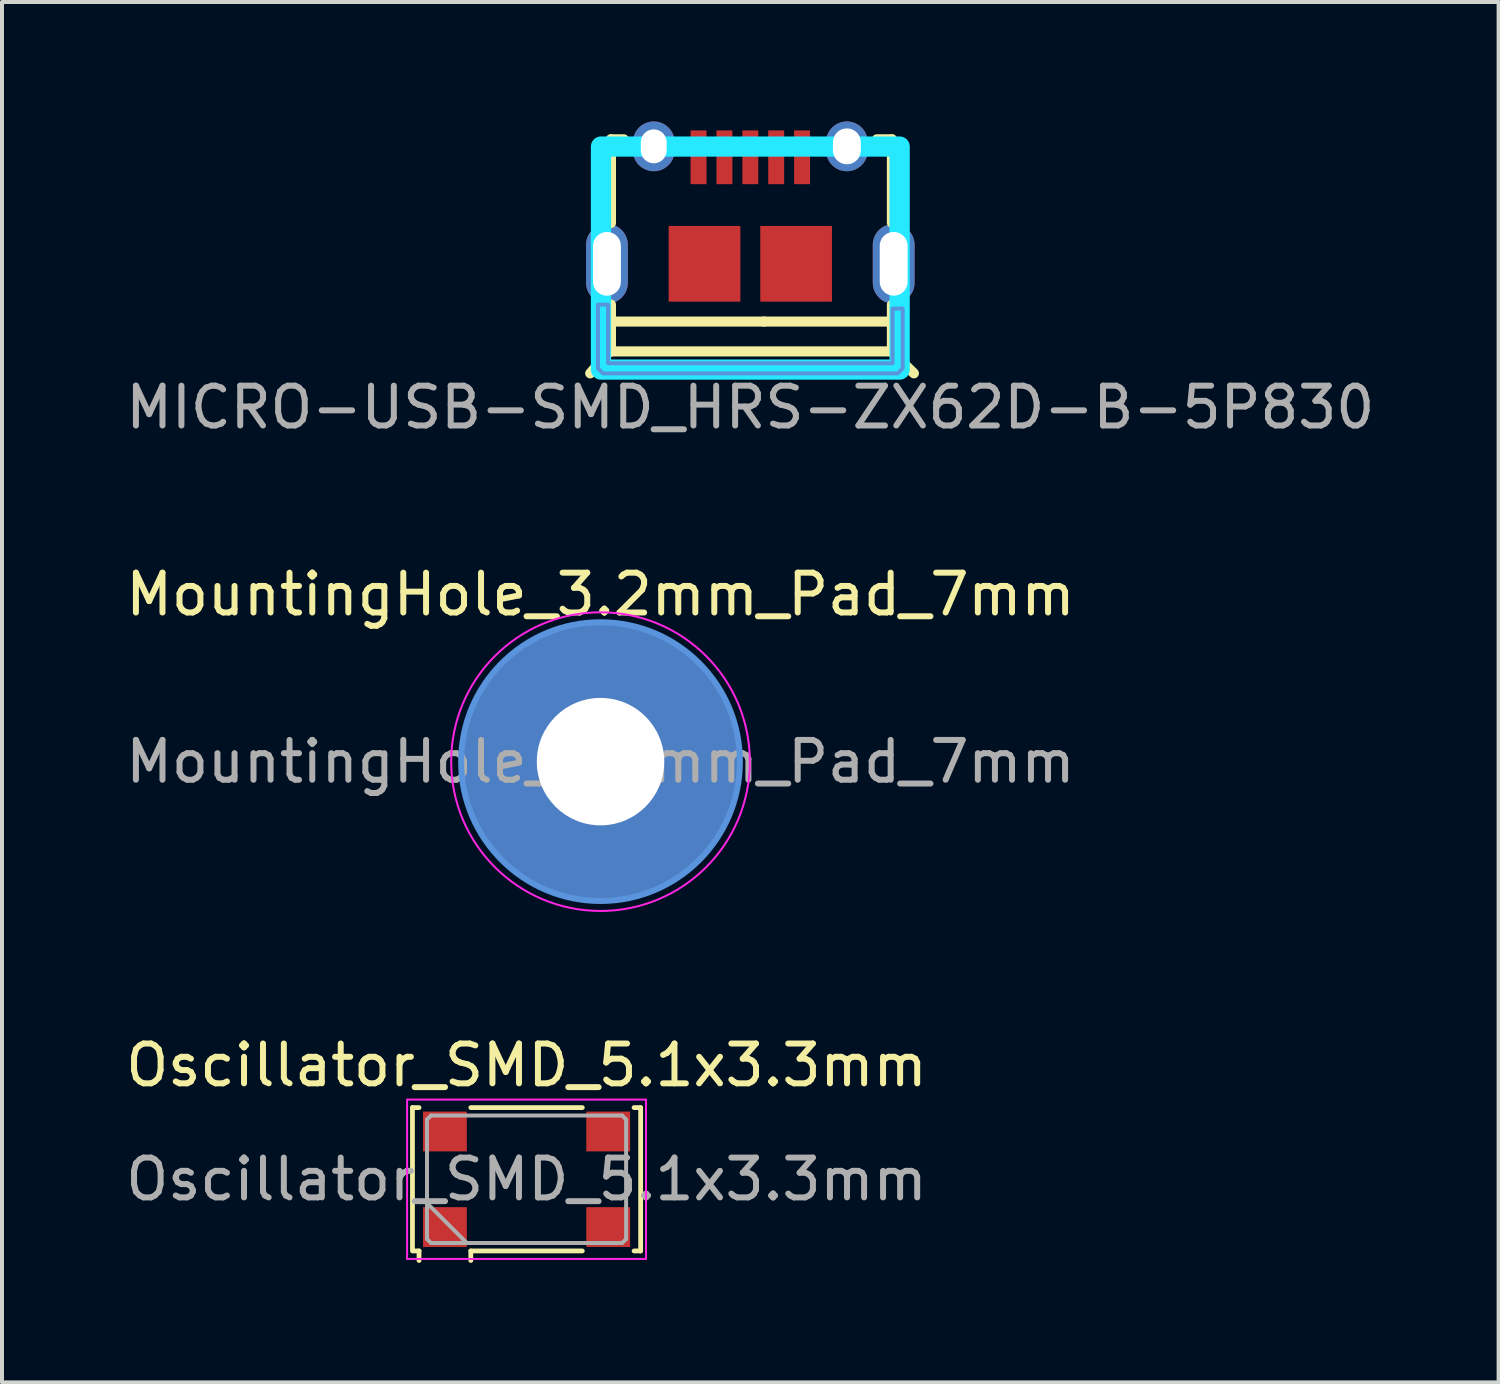
<source format=kicad_pcb>
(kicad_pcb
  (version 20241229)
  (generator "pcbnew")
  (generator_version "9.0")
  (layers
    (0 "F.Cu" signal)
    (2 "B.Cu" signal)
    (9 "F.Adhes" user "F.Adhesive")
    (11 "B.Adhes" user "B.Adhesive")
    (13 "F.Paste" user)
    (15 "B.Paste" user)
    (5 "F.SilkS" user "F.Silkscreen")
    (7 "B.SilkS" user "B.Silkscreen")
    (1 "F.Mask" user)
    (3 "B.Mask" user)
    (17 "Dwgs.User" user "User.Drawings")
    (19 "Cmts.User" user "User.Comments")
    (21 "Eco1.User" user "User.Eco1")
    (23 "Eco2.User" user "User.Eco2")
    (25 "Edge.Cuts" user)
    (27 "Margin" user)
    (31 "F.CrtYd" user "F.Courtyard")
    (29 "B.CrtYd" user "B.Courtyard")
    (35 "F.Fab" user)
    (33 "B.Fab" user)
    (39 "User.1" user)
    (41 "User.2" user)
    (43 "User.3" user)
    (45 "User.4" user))
  (footprint "MICRO-USB-SMD_HRS-ZX62D-B-5P830"
    (layer "F.Cu")
    (at 15.792 2.1)
    (property "Reference" "MICRO-USB-SMD_HRS-ZX62D-B-5P830" (at 0 5.08 0) (layer "F.Fab") (effects (font (size 1 1) (thickness 0.15))))
    (attr through_hole)
    (fp_line (start -3.548 3.675) (end -4.02 4.225) (stroke (width 0.254) (type solid)) (layer "F.SilkS"))
    (fp_line (start -3.5 -1.651) (end -3.177 -1.651) (stroke (width 0.254) (type solid)) (layer "F.SilkS"))
    (fp_line (start -3.5 0.451) (end -3.5 -1.651) (stroke (width 0.254) (type solid)) (layer "F.SilkS"))
    (fp_line (start -3.5 3.675) (end -3.548 3.675) (stroke (width 0.254) (type solid)) (layer "F.SilkS"))
    (fp_line (start -3.5 3.675) (end -3.5 2.499) (stroke (width 0.254) (type solid)) (layer "F.SilkS"))
    (fp_line (start 0.35 2.925) (end -3.5 2.925) (stroke (width 0.254) (type solid)) (layer "F.SilkS"))
    (fp_line (start 0.35 2.925) (end 3.556 2.925) (stroke (width 0.254) (type solid)) (layer "F.SilkS"))
    (fp_line (start 3.177 -1.651) (end 3.556 -1.651) (stroke (width 0.254) (type solid)) (layer "F.SilkS"))
    (fp_line (start 3.5 3.675) (end -3.5 3.675) (stroke (width 0.254) (type solid)) (layer "F.SilkS"))
    (fp_line (start 3.556 -1.651) (end 3.556 0.445) (stroke (width 0.254) (type solid)) (layer "F.SilkS"))
    (fp_line (start 3.556 2.505) (end 3.556 3.675) (stroke (width 0.254) (type solid)) (layer "F.SilkS"))
    (fp_line (start 3.556 3.675) (end 3.556 3.683) (stroke (width 0.254) (type solid)) (layer "F.SilkS"))
    (fp_line (start 3.556 3.683) (end 4.108 4.225) (stroke (width 0.254) (type solid)) (layer "F.SilkS"))
    (fp_poly (pts (xy -1.1 -0.525) (xy -1.1 -1.875) (xy -1.5 -1.875) (xy -1.5 -0.525)) (stroke (width 0) (type solid)) (fill yes) (layer "F.Paste"))
    (fp_poly (pts (xy -0.85 -1.875) (xy -0.85 -0.525) (xy -0.45 -0.525) (xy -0.45 -1.875)) (stroke (width 0) (type solid)) (fill yes) (layer "F.Paste"))
    (fp_poly (pts (xy -0.25 2.425) (xy -0.25 0.525) (xy -2.05 0.525) (xy -2.05 2.425)) (stroke (width 0) (type solid)) (fill yes) (layer "F.Paste"))
    (fp_poly (pts (xy -0.2 -1.875) (xy -0.2 -0.525) (xy 0.2 -0.525) (xy 0.2 -1.875)) (stroke (width 0) (type solid)) (fill yes) (layer "F.Paste"))
    (fp_poly (pts (xy 0.45 -1.875) (xy 0.45 -0.525) (xy 0.85 -0.525) (xy 0.85 -1.875)) (stroke (width 0) (type solid)) (fill yes) (layer "F.Paste"))
    (fp_poly (pts (xy 1.1 -1.875) (xy 1.1 -0.525) (xy 1.5 -0.525) (xy 1.5 -1.875)) (stroke (width 0) (type solid)) (fill yes) (layer "F.Paste"))
    (fp_poly (pts (xy 2.05 2.425) (xy 2.05 0.525) (xy 0.25 0.525) (xy 0.25 2.425)) (stroke (width 0) (type solid)) (fill yes) (layer "F.Paste"))
    (fp_poly (pts (xy -3.561 0.476) (xy -3.587 0.475) (xy -3.613 0.475) (xy -3.639 0.476) (xy -3.665 0.479) (xy -3.691 0.483) (xy -3.717 0.488) (xy -3.742 0.495) (xy -3.767 0.502) (xy -3.792 0.511) (xy -3.816 0.521) (xy -3.839 0.533) (xy -3.862 0.545) (xy -3.885 0.559) (xy -3.906 0.574) (xy -3.927 0.59) (xy -3.947 0.606) (xy -3.967 0.624) (xy -3.985 0.643) (xy -4.002 0.663) (xy -4.018 0.683) (xy -4.034 0.704) (xy -4.048 0.726) (xy -4.061 0.749) (xy -4.073 0.772) (xy -4.084 0.796) (xy -4.093 0.82) (xy -4.102 0.845) (xy -4.109 0.87) (xy -4.115 0.896) (xy -4.119 0.922) (xy -4.122 0.948) (xy -4.124 0.974) (xy -4.125 1) (xy -4.125 1.95) (xy -4.124 1.976) (xy -4.122 2.002) (xy -4.119 2.028) (xy -4.115 2.054) (xy -4.109 2.08) (xy -4.102 2.105) (xy -4.093 2.13) (xy -4.084 2.154) (xy -4.073 2.178) (xy -4.061 2.201) (xy -4.048 2.224) (xy -4.034 2.246) (xy -4.018 2.267) (xy -4.002 2.287) (xy -3.985 2.307) (xy -3.967 2.326) (xy -3.947 2.344) (xy -3.927 2.36) (xy -3.906 2.376) (xy -3.885 2.391) (xy -3.862 2.405) (xy -3.839 2.417) (xy -3.816 2.429) (xy -3.792 2.439) (xy -3.767 2.448) (xy -3.742 2.455) (xy -3.717 2.462) (xy -3.691 2.467) (xy -3.665 2.471) (xy -3.639 2.474) (xy -3.613 2.475) (xy -3.587 2.475) (xy -3.561 2.474) (xy -3.535 2.471) (xy -3.509 2.467) (xy -3.483 2.462) (xy -3.458 2.455) (xy -3.433 2.448) (xy -3.408 2.439) (xy -3.384 2.429) (xy -3.36 2.417) (xy -3.337 2.405) (xy -3.315 2.391) (xy -3.293 2.376) (xy -3.273 2.36) (xy -3.253 2.344) (xy -3.233 2.326) (xy -3.215 2.307) (xy -3.198 2.287) (xy -3.181 2.267) (xy -3.166 2.246) (xy -3.152 2.224) (xy -3.139 2.201) (xy -3.127 2.178) (xy -3.116 2.154) (xy -3.107 2.13) (xy -3.098 2.105) (xy -3.091 2.08) (xy -3.085 2.054) (xy -3.081 2.028) (xy -3.078 2.002) (xy -3.076 1.976) (xy -3.075 1.95) (xy -3.075 1) (xy -3.076 0.974) (xy -3.078 0.948) (xy -3.081 0.922) (xy -3.085 0.896) (xy -3.091 0.87) (xy -3.098 0.845) (xy -3.107 0.82) (xy -3.116 0.796) (xy -3.127 0.772) (xy -3.139 0.749) (xy -3.152 0.726) (xy -3.166 0.704) (xy -3.181 0.683) (xy -3.198 0.663) (xy -3.215 0.643) (xy -3.233 0.624) (xy -3.253 0.606) (xy -3.273 0.59) (xy -3.293 0.574) (xy -3.315 0.559) (xy -3.337 0.545) (xy -3.36 0.533) (xy -3.384 0.521) (xy -3.408 0.511) (xy -3.433 0.502) (xy -3.458 0.495) (xy -3.483 0.488) (xy -3.509 0.483) (xy -3.535 0.479)) (stroke (width 0) (type solid)) (fill yes) (layer "F.Paste"))
    (fp_poly (pts (xy -2.438 -2.1) (xy -2.464 -2.099) (xy -2.49 -2.096) (xy -2.516 -2.092) (xy -2.542 -2.087) (xy -2.567 -2.08) (xy -2.592 -2.073) (xy -2.617 -2.064) (xy -2.641 -2.054) (xy -2.664 -2.042) (xy -2.687 -2.03) (xy -2.71 -2.016) (xy -2.731 -2.001) (xy -2.752 -1.985) (xy -2.772 -1.969) (xy -2.792 -1.951) (xy -2.81 -1.932) (xy -2.827 -1.912) (xy -2.843 -1.892) (xy -2.859 -1.871) (xy -2.873 -1.849) (xy -2.886 -1.826) (xy -2.898 -1.803) (xy -2.909 -1.779) (xy -2.918 -1.755) (xy -2.927 -1.73) (xy -2.934 -1.705) (xy -2.94 -1.679) (xy -2.944 -1.653) (xy -2.947 -1.627) (xy -2.949 -1.601) (xy -2.95 -1.575) (xy -2.95 -1.375) (xy -2.949 -1.349) (xy -2.947 -1.323) (xy -2.944 -1.297) (xy -2.94 -1.271) (xy -2.934 -1.245) (xy -2.927 -1.22) (xy -2.918 -1.195) (xy -2.909 -1.171) (xy -2.898 -1.147) (xy -2.886 -1.124) (xy -2.873 -1.101) (xy -2.859 -1.079) (xy -2.843 -1.058) (xy -2.827 -1.038) (xy -2.81 -1.018) (xy -2.792 -0.999) (xy -2.772 -0.981) (xy -2.752 -0.965) (xy -2.731 -0.949) (xy -2.71 -0.934) (xy -2.687 -0.92) (xy -2.664 -0.908) (xy -2.641 -0.896) (xy -2.617 -0.886) (xy -2.592 -0.877) (xy -2.567 -0.87) (xy -2.542 -0.863) (xy -2.516 -0.858) (xy -2.49 -0.854) (xy -2.464 -0.851) (xy -2.438 -0.85) (xy -2.412 -0.85) (xy -2.386 -0.851) (xy -2.36 -0.854) (xy -2.334 -0.858) (xy -2.308 -0.863) (xy -2.283 -0.87) (xy -2.258 -0.877) (xy -2.233 -0.886) (xy -2.209 -0.896) (xy -2.185 -0.908) (xy -2.162 -0.92) (xy -2.14 -0.934) (xy -2.118 -0.949) (xy -2.098 -0.965) (xy -2.078 -0.981) (xy -2.058 -0.999) (xy -2.04 -1.018) (xy -2.023 -1.038) (xy -2.006 -1.058) (xy -1.991 -1.079) (xy -1.977 -1.101) (xy -1.964 -1.124) (xy -1.952 -1.147) (xy -1.941 -1.171) (xy -1.932 -1.195) (xy -1.923 -1.22) (xy -1.916 -1.245) (xy -1.91 -1.271) (xy -1.906 -1.297) (xy -1.903 -1.323) (xy -1.901 -1.349) (xy -1.9 -1.375) (xy -1.9 -1.575) (xy -1.901 -1.601) (xy -1.903 -1.627) (xy -1.906 -1.653) (xy -1.91 -1.679) (xy -1.916 -1.705) (xy -1.923 -1.73) (xy -1.932 -1.755) (xy -1.941 -1.779) (xy -1.952 -1.803) (xy -1.964 -1.826) (xy -1.977 -1.849) (xy -1.991 -1.871) (xy -2.006 -1.892) (xy -2.023 -1.912) (xy -2.04 -1.932) (xy -2.058 -1.951) (xy -2.078 -1.969) (xy -2.098 -1.985) (xy -2.118 -2.001) (xy -2.14 -2.016) (xy -2.162 -2.03) (xy -2.185 -2.042) (xy -2.209 -2.054) (xy -2.233 -2.064) (xy -2.258 -2.073) (xy -2.283 -2.08) (xy -2.308 -2.087) (xy -2.334 -2.092) (xy -2.36 -2.096) (xy -2.386 -2.099) (xy -2.412 -2.1)) (stroke (width 0) (type solid)) (fill yes) (layer "F.Paste"))
    (fp_poly (pts (xy 2.412 -2.1) (xy 2.386 -2.099) (xy 2.36 -2.096) (xy 2.334 -2.092) (xy 2.308 -2.087) (xy 2.283 -2.08) (xy 2.258 -2.073) (xy 2.233 -2.064) (xy 2.209 -2.054) (xy 2.185 -2.042) (xy 2.162 -2.03) (xy 2.14 -2.016) (xy 2.118 -2.001) (xy 2.098 -1.985) (xy 2.078 -1.969) (xy 2.058 -1.951) (xy 2.04 -1.932) (xy 2.023 -1.912) (xy 2.006 -1.892) (xy 1.991 -1.871) (xy 1.977 -1.849) (xy 1.964 -1.826) (xy 1.952 -1.803) (xy 1.941 -1.779) (xy 1.932 -1.755) (xy 1.923 -1.73) (xy 1.916 -1.705) (xy 1.91 -1.679) (xy 1.906 -1.653) (xy 1.903 -1.627) (xy 1.901 -1.601) (xy 1.9 -1.575) (xy 1.9 -1.375) (xy 1.901 -1.349) (xy 1.903 -1.323) (xy 1.906 -1.297) (xy 1.91 -1.271) (xy 1.916 -1.245) (xy 1.923 -1.22) (xy 1.932 -1.195) (xy 1.941 -1.171) (xy 1.952 -1.147) (xy 1.964 -1.124) (xy 1.977 -1.101) (xy 1.991 -1.079) (xy 2.006 -1.058) (xy 2.023 -1.038) (xy 2.04 -1.018) (xy 2.058 -0.999) (xy 2.078 -0.981) (xy 2.098 -0.965) (xy 2.118 -0.949) (xy 2.14 -0.934) (xy 2.162 -0.92) (xy 2.185 -0.908) (xy 2.209 -0.896) (xy 2.233 -0.886) (xy 2.258 -0.877) (xy 2.283 -0.87) (xy 2.308 -0.863) (xy 2.334 -0.858) (xy 2.36 -0.854) (xy 2.386 -0.851) (xy 2.412 -0.85) (xy 2.438 -0.85) (xy 2.464 -0.851) (xy 2.49 -0.854) (xy 2.516 -0.858) (xy 2.542 -0.863) (xy 2.567 -0.87) (xy 2.592 -0.877) (xy 2.617 -0.886) (xy 2.641 -0.896) (xy 2.664 -0.908) (xy 2.687 -0.92) (xy 2.71 -0.934) (xy 2.731 -0.949) (xy 2.752 -0.965) (xy 2.772 -0.981) (xy 2.792 -0.999) (xy 2.81 -1.018) (xy 2.827 -1.038) (xy 2.843 -1.058) (xy 2.859 -1.079) (xy 2.873 -1.101) (xy 2.886 -1.124) (xy 2.898 -1.147) (xy 2.909 -1.171) (xy 2.918 -1.195) (xy 2.927 -1.22) (xy 2.934 -1.245) (xy 2.94 -1.271) (xy 2.944 -1.297) (xy 2.947 -1.323) (xy 2.949 -1.349) (xy 2.95 -1.375) (xy 2.95 -1.575) (xy 2.949 -1.601) (xy 2.947 -1.627) (xy 2.944 -1.653) (xy 2.94 -1.679) (xy 2.934 -1.705) (xy 2.927 -1.73) (xy 2.918 -1.755) (xy 2.909 -1.779) (xy 2.898 -1.803) (xy 2.886 -1.826) (xy 2.873 -1.849) (xy 2.859 -1.871) (xy 2.843 -1.892) (xy 2.827 -1.912) (xy 2.81 -1.932) (xy 2.792 -1.951) (xy 2.772 -1.969) (xy 2.752 -1.985) (xy 2.731 -2.001) (xy 2.71 -2.016) (xy 2.687 -2.03) (xy 2.664 -2.042) (xy 2.641 -2.054) (xy 2.617 -2.064) (xy 2.592 -2.073) (xy 2.567 -2.08) (xy 2.542 -2.087) (xy 2.516 -2.092) (xy 2.49 -2.096) (xy 2.464 -2.099) (xy 2.438 -2.1)) (stroke (width 0) (type solid)) (fill yes) (layer "F.Paste"))
    (fp_poly (pts (xy 3.587 0.475) (xy 3.561 0.476) (xy 3.535 0.479) (xy 3.509 0.483) (xy 3.483 0.488) (xy 3.458 0.495) (xy 3.433 0.502) (xy 3.408 0.511) (xy 3.384 0.521) (xy 3.36 0.533) (xy 3.337 0.545) (xy 3.315 0.559) (xy 3.293 0.574) (xy 3.273 0.59) (xy 3.253 0.606) (xy 3.233 0.624) (xy 3.215 0.643) (xy 3.198 0.663) (xy 3.181 0.683) (xy 3.166 0.704) (xy 3.152 0.726) (xy 3.139 0.749) (xy 3.127 0.772) (xy 3.116 0.796) (xy 3.107 0.82) (xy 3.098 0.845) (xy 3.091 0.87) (xy 3.085 0.896) (xy 3.081 0.922) (xy 3.078 0.948) (xy 3.076 0.974) (xy 3.075 1) (xy 3.075 1.95) (xy 3.076 1.976) (xy 3.078 2.002) (xy 3.081 2.028) (xy 3.085 2.054) (xy 3.091 2.08) (xy 3.098 2.105) (xy 3.107 2.13) (xy 3.116 2.154) (xy 3.127 2.178) (xy 3.139 2.201) (xy 3.152 2.224) (xy 3.166 2.246) (xy 3.181 2.267) (xy 3.198 2.287) (xy 3.215 2.307) (xy 3.233 2.326) (xy 3.253 2.344) (xy 3.273 2.36) (xy 3.293 2.376) (xy 3.315 2.391) (xy 3.337 2.405) (xy 3.36 2.417) (xy 3.384 2.429) (xy 3.408 2.439) (xy 3.433 2.448) (xy 3.458 2.455) (xy 3.483 2.462) (xy 3.509 2.467) (xy 3.535 2.471) (xy 3.561 2.474) (xy 3.587 2.475) (xy 3.613 2.475) (xy 3.639 2.474) (xy 3.665 2.471) (xy 3.691 2.467) (xy 3.717 2.462) (xy 3.742 2.455) (xy 3.767 2.448) (xy 3.792 2.439) (xy 3.816 2.429) (xy 3.839 2.417) (xy 3.862 2.405) (xy 3.885 2.391) (xy 3.906 2.376) (xy 3.927 2.36) (xy 3.947 2.344) (xy 3.967 2.326) (xy 3.985 2.307) (xy 4.002 2.287) (xy 4.018 2.267) (xy 4.034 2.246) (xy 4.048 2.224) (xy 4.061 2.201) (xy 4.073 2.178) (xy 4.084 2.154) (xy 4.093 2.13) (xy 4.102 2.105) (xy 4.109 2.08) (xy 4.115 2.054) (xy 4.119 2.028) (xy 4.122 2.002) (xy 4.124 1.976) (xy 4.125 1.95) (xy 4.125 1) (xy 4.124 0.974) (xy 4.122 0.948) (xy 4.119 0.922) (xy 4.115 0.896) (xy 4.109 0.87) (xy 4.102 0.845) (xy 4.093 0.82) (xy 4.084 0.796) (xy 4.073 0.772) (xy 4.061 0.749) (xy 4.048 0.726) (xy 4.034 0.704) (xy 4.018 0.683) (xy 4.002 0.663) (xy 3.985 0.643) (xy 3.967 0.624) (xy 3.947 0.606) (xy 3.927 0.59) (xy 3.906 0.574) (xy 3.885 0.559) (xy 3.862 0.545) (xy 3.839 0.533) (xy 3.816 0.521) (xy 3.792 0.511) (xy 3.767 0.502) (xy 3.742 0.495) (xy 3.717 0.488) (xy 3.691 0.483) (xy 3.665 0.479) (xy 3.639 0.476) (xy 3.613 0.475)) (stroke (width 0) (type solid)) (fill yes) (layer "F.Paste"))
    (fp_poly (pts (xy -3.573 2.5) (xy -3.573 3.973) (xy 3.573 3.973) (xy 3.573 2.6) (xy 3.827 2.6) (xy 3.827 4.1) (xy 3.7 4.227) (xy -3.7 4.227) (xy -3.827 4.1) (xy -3.827 2.5) (xy -3.573 2.5)) (stroke (width 0.1) (type solid)) (fill no) (layer "Cmts.User"))
    (fp_poly (pts (xy -3.75 4.131) (xy -3.75 -1.469) (xy 3.75 -1.469) (xy 3.75 4.131)) (stroke (width 0.508) (type solid)) (fill no) (layer "B.CrtYd"))
    (pad "1" smd rect (at -1.3 -1.2) (size 0.4 1.35) (layers "F.Cu" "F.Mask" "F.Paste"))
    (pad "2" smd rect (at -0.65 -1.2) (size 0.4 1.35) (layers "F.Cu" "F.Mask" "F.Paste"))
    (pad "3" smd rect (at 0 -1.2) (size 0.4 1.35) (layers "F.Cu" "F.Mask" "F.Paste"))
    (pad "4" smd rect (at 0.65 -1.2) (size 0.4 1.35) (layers "F.Cu" "F.Mask" "F.Paste"))
    (pad "5" smd rect (at 1.3 -1.2) (size 0.4 1.35) (layers "F.Cu" "F.Mask" "F.Paste"))
    (pad "6" thru_hole oval (at -2.425 -1.475) (size 1.05 1.25) (drill oval 0.65 0.85) (layers "*.Cu" "*.Mask"))
    (pad "7" thru_hole oval (at 2.425 -1.475) (size 1.05 1.25) (drill oval 0.7 0.9) (layers "*.Cu" "*.Mask"))
    (pad "8" thru_hole oval (at -3.6 1.475) (size 1.05 2) (drill oval 0.7 1.6) (layers "*.Cu" "*.Mask"))
    (pad "8" smd rect (at -1.15 1.475) (size 1.8 1.9) (layers "F.Cu" "F.Mask" "F.Paste"))
    (pad "9" smd rect (at 1.15 1.475) (size 1.8 1.9) (layers "F.Cu" "F.Mask" "F.Paste"))
    (pad "9" thru_hole oval (at 3.6 1.475) (size 1.05 2) (drill oval 0.7 1.6) (layers "*.Cu" "*.Mask")))
  (footprint "MountingHole_3.2mm_Pad_7mm"
    (layer "F.Cu")
    (at 12.03 16.076)
    (property "Reference" "MountingHole_3.2mm_Pad_7mm" (at 0 -4.2 0) (layer "F.SilkS") (effects (font (size 1 1) (thickness 0.15))))
    (attr exclude_from_pos_files exclude_from_bom)
    (fp_circle (center 0 0) (end 3.5 0) (stroke (width 0.15) (type solid)) (fill no) (layer "Cmts.User"))
    (fp_circle (center 0 0) (end 3.75 0) (stroke (width 0.05) (type solid)) (fill no) (layer "F.CrtYd"))
    (fp_text user "${REFERENCE}" (at 0 0 0) (layer "F.Fab") (effects (font (size 1 1) (thickness 0.15))))
    (pad "1" thru_hole circle (at 0 0) (size 7 7) (drill 3.2) (layers "*.Cu" "*.Mask")))
  (footprint "Oscillator_SMD_5.1x3.3mm"
    (layer "F.Cu")
    (at 10.173 26.564)
    (property "Reference" "Oscillator_SMD_5.1x3.3mm" (at 0 -2.864 180) (layer "F.SilkS") (effects (font (size 1 1) (thickness 0.15))))
    (attr smd)
    (fp_line (start -2.865 -1.8) (end -2.7 -1.8) (stroke (width 0.12) (type solid)) (layer "F.SilkS"))
    (fp_line (start -2.865 1.8) (end -2.865 -1.8) (stroke (width 0.12) (type solid)) (layer "F.SilkS"))
    (fp_line (start -2.7 1.8) (end -2.83 1.8) (stroke (width 0.12) (type solid)) (layer "F.SilkS"))
    (fp_line (start -2.7 2.04) (end -2.7 1.8) (stroke (width 0.12) (type solid)) (layer "F.SilkS"))
    (fp_line (start -1.4 -1.8) (end 1.4 -1.8) (stroke (width 0.12) (type solid)) (layer "F.SilkS"))
    (fp_line (start -1.4 1.8) (end -1.4 2.04) (stroke (width 0.12) (type solid)) (layer "F.SilkS"))
    (fp_line (start 1.4 1.8) (end -1.4 1.8) (stroke (width 0.12) (type solid)) (layer "F.SilkS"))
    (fp_line (start 2.7 -1.8) (end 2.865 -1.8) (stroke (width 0.12) (type solid)) (layer "F.SilkS"))
    (fp_line (start 2.865 -1.8) (end 2.865 1.8) (stroke (width 0.12) (type solid)) (layer "F.SilkS"))
    (fp_line (start 2.865 1.8) (end 2.7 1.8) (stroke (width 0.12) (type solid)) (layer "F.SilkS"))
    (fp_line (start -3 -2) (end -3 2) (stroke (width 0.05) (type solid)) (layer "F.CrtYd"))
    (fp_line (start -3 2) (end 3 2) (stroke (width 0.05) (type solid)) (layer "F.CrtYd"))
    (fp_line (start 3 -2) (end -3 -2) (stroke (width 0.05) (type solid)) (layer "F.CrtYd"))
    (fp_line (start 3 2) (end 3 -2) (stroke (width 0.05) (type solid)) (layer "F.CrtYd"))
    (fp_line (start -2.5 -1.5) (end -2.4 -1.6) (stroke (width 0.1) (type solid)) (layer "F.Fab"))
    (fp_line (start -2.5 0.6) (end -1.5 1.6) (stroke (width 0.1) (type solid)) (layer "F.Fab"))
    (fp_line (start -2.5 1.5) (end -2.5 -1.5) (stroke (width 0.1) (type solid)) (layer "F.Fab"))
    (fp_line (start -2.4 -1.6) (end 2.4 -1.6) (stroke (width 0.1) (type solid)) (layer "F.Fab"))
    (fp_line (start -2.4 1.6) (end -2.5 1.5) (stroke (width 0.1) (type solid)) (layer "F.Fab"))
    (fp_line (start 2.4 -1.6) (end 2.5 -1.5) (stroke (width 0.1) (type solid)) (layer "F.Fab"))
    (fp_line (start 2.4 1.6) (end -2.4 1.6) (stroke (width 0.1) (type solid)) (layer "F.Fab"))
    (fp_line (start 2.5 -1.5) (end 2.5 1.5) (stroke (width 0.1) (type solid)) (layer "F.Fab"))
    (fp_line (start 2.5 1.5) (end 2.4 1.6) (stroke (width 0.1) (type solid)) (layer "F.Fab"))
    (fp_text user "${REFERENCE}" (at 0 0 180) (layer "F.Fab") (effects (font (size 1 1) (thickness 0.15))))
    (pad "1" smd rect (at -2.05 1.2) (size 1.1 1) (layers "F.Cu" "F.Mask" "F.Paste"))
    (pad "2" smd rect (at 2.05 1.2) (size 1.1 1) (layers "F.Cu" "F.Mask" "F.Paste"))
    (pad "3" smd rect (at 2.05 -1.2) (size 1.1 1) (layers "F.Cu" "F.Mask" "F.Paste"))
    (pad "4" smd rect (at -2.05 -1.2) (size 1.1 1) (layers "F.Cu" "F.Mask" "F.Paste")))
  (gr_rect
    (start -3 -3)
    (end 34.583 31.664)
    (stroke (width 0.1) (type default))
    (fill no)
    (layer "Edge.Cuts")))
</source>
